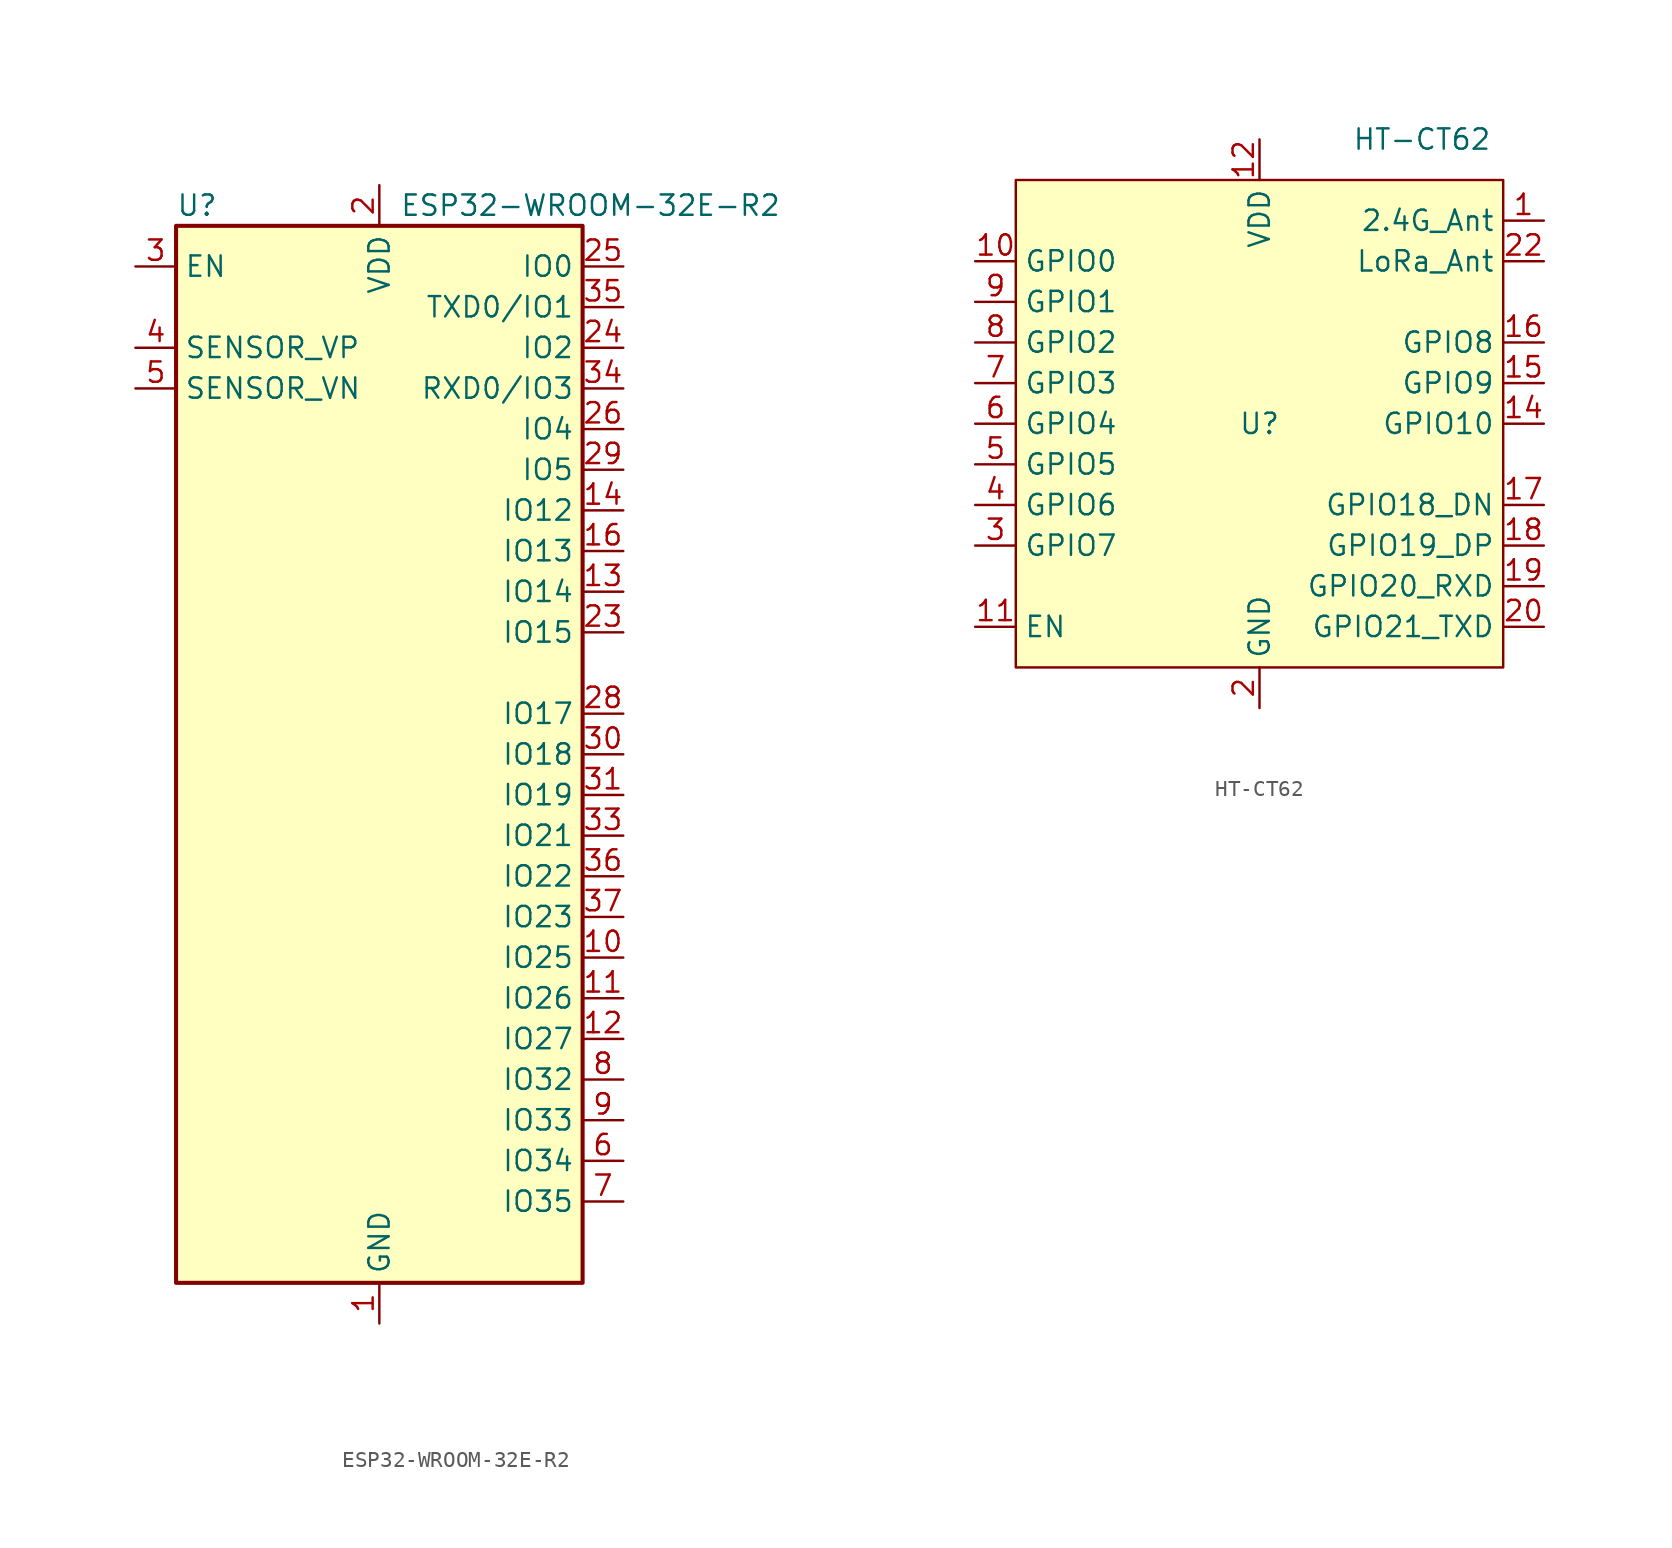
<source format=kicad_sym>
(kicad_symbol_lib
  (version 20231120)
  (generator "kicad_symbol_editor")
  (generator_version "8.0")
  (symbol "ESP32-WROOM-32E-R2"
    (property "Reference" "U"
      (at -12.7 34.29 0)
      (effects (font (size 1.27 1.27)) (justify left)))
    (property "Value" "ESP32-WROOM-32E-R2"
      (at 1.27 34.29 0)
      (effects (font (size 1.27 1.27)) (justify left)))
    (symbol "ESP32-WROOM-32E-R2_0_1"
      (rectangle (start -12.7 33.02) (end 12.7 -33.02) (stroke (width 0.254) (type default)) (fill (type background))))
    (symbol "ESP32-WROOM-32E-R2_1_1"
      (pin power_in line (at 0 -35.56 90) (length 2.54) (name "GND" (effects (font (size 1.27 1.27)))) (number "1" (effects (font (size 1.27 1.27)))))
      (pin bidirectional line (at 15.24 -12.7 180) (length 2.54) (name "IO25" (effects (font (size 1.27 1.27)))) (number "10" (effects (font (size 1.27 1.27)))))
      (pin bidirectional line (at 15.24 -15.24 180) (length 2.54) (name "IO26" (effects (font (size 1.27 1.27)))) (number "11" (effects (font (size 1.27 1.27)))))
      (pin bidirectional line (at 15.24 -17.78 180) (length 2.54) (name "IO27" (effects (font (size 1.27 1.27)))) (number "12" (effects (font (size 1.27 1.27)))))
      (pin bidirectional line (at 15.24 10.16 180) (length 2.54) (name "IO14" (effects (font (size 1.27 1.27)))) (number "13" (effects (font (size 1.27 1.27)))))
      (pin bidirectional line (at 15.24 15.24 180) (length 2.54) (name "IO12" (effects (font (size 1.27 1.27)))) (number "14" (effects (font (size 1.27 1.27)))))
      (pin passive line (at 0 -35.56 90) (length 2.54) hide (name "GND" (effects (font (size 1.27 1.27)))) (number "15" (effects (font (size 1.27 1.27)))))
      (pin bidirectional line (at 15.24 12.7 180) (length 2.54) (name "IO13" (effects (font (size 1.27 1.27)))) (number "16" (effects (font (size 1.27 1.27)))))
      (pin no_connect line (at -12.7 -5.08 0) (length 2.54) hide (name "NC" (effects (font (size 1.27 1.27)))) (number "17" (effects (font (size 1.27 1.27)))))
      (pin no_connect line (at -12.7 -7.62 0) (length 2.54) hide (name "NC" (effects (font (size 1.27 1.27)))) (number "18" (effects (font (size 1.27 1.27)))))
      (pin no_connect line (at -12.7 -12.7 0) (length 2.54) hide (name "NC" (effects (font (size 1.27 1.27)))) (number "19" (effects (font (size 1.27 1.27)))))
      (pin power_in line (at 0 35.56 270) (length 2.54) (name "VDD" (effects (font (size 1.27 1.27)))) (number "2" (effects (font (size 1.27 1.27)))))
      (pin no_connect line (at -12.7 -10.16 0) (length 2.54) hide (name "NC" (effects (font (size 1.27 1.27)))) (number "20" (effects (font (size 1.27 1.27)))))
      (pin no_connect line (at -12.7 0 0) (length 2.54) hide (name "NC" (effects (font (size 1.27 1.27)))) (number "21" (effects (font (size 1.27 1.27)))))
      (pin no_connect line (at -12.7 -2.54 0) (length 2.54) hide (name "NC" (effects (font (size 1.27 1.27)))) (number "22" (effects (font (size 1.27 1.27)))))
      (pin bidirectional line (at 15.24 7.62 180) (length 2.54) (name "IO15" (effects (font (size 1.27 1.27)))) (number "23" (effects (font (size 1.27 1.27)))))
      (pin bidirectional line (at 15.24 25.4 180) (length 2.54) (name "IO2" (effects (font (size 1.27 1.27)))) (number "24" (effects (font (size 1.27 1.27)))))
      (pin bidirectional line (at 15.24 30.48 180) (length 2.54) (name "IO0" (effects (font (size 1.27 1.27)))) (number "25" (effects (font (size 1.27 1.27)))))
      (pin bidirectional line (at 15.24 20.32 180) (length 2.54) (name "IO4" (effects (font (size 1.27 1.27)))) (number "26" (effects (font (size 1.27 1.27)))))
      (pin no_connect line (at 12.7 5.08 180) (length 2.54) hide (name "NC" (effects (font (size 1.27 1.27)))) (number "27" (effects (font (size 1.27 1.27)))))
      (pin bidirectional line (at 15.24 2.54 180) (length 2.54) (name "IO17" (effects (font (size 1.27 1.27)))) (number "28" (effects (font (size 1.27 1.27)))))
      (pin bidirectional line (at 15.24 17.78 180) (length 2.54) (name "IO5" (effects (font (size 1.27 1.27)))) (number "29" (effects (font (size 1.27 1.27)))))
      (pin input line (at -15.24 30.48 0) (length 2.54) (name "EN" (effects (font (size 1.27 1.27)))) (number "3" (effects (font (size 1.27 1.27)))))
      (pin bidirectional line (at 15.24 0 180) (length 2.54) (name "IO18" (effects (font (size 1.27 1.27)))) (number "30" (effects (font (size 1.27 1.27)))))
      (pin bidirectional line (at 15.24 -2.54 180) (length 2.54) (name "IO19" (effects (font (size 1.27 1.27)))) (number "31" (effects (font (size 1.27 1.27)))))
      (pin no_connect line (at -12.7 -27.94 0) (length 2.54) hide (name "NC" (effects (font (size 1.27 1.27)))) (number "32" (effects (font (size 1.27 1.27)))))
      (pin bidirectional line (at 15.24 -5.08 180) (length 2.54) (name "IO21" (effects (font (size 1.27 1.27)))) (number "33" (effects (font (size 1.27 1.27)))))
      (pin bidirectional line (at 15.24 22.86 180) (length 2.54) (name "RXD0/IO3" (effects (font (size 1.27 1.27)))) (number "34" (effects (font (size 1.27 1.27)))))
      (pin bidirectional line (at 15.24 27.94 180) (length 2.54) (name "TXD0/IO1" (effects (font (size 1.27 1.27)))) (number "35" (effects (font (size 1.27 1.27)))))
      (pin bidirectional line (at 15.24 -7.62 180) (length 2.54) (name "IO22" (effects (font (size 1.27 1.27)))) (number "36" (effects (font (size 1.27 1.27)))))
      (pin bidirectional line (at 15.24 -10.16 180) (length 2.54) (name "IO23" (effects (font (size 1.27 1.27)))) (number "37" (effects (font (size 1.27 1.27)))))
      (pin passive line (at 0 -35.56 90) (length 2.54) hide (name "GND" (effects (font (size 1.27 1.27)))) (number "38" (effects (font (size 1.27 1.27)))))
      (pin passive line (at 0 -35.56 90) (length 2.54) hide (name "GND" (effects (font (size 1.27 1.27)))) (number "39" (effects (font (size 1.27 1.27)))))
      (pin input line (at -15.24 25.4 0) (length 2.54) (name "SENSOR_VP" (effects (font (size 1.27 1.27)))) (number "4" (effects (font (size 1.27 1.27)))))
      (pin input line (at -15.24 22.86 0) (length 2.54) (name "SENSOR_VN" (effects (font (size 1.27 1.27)))) (number "5" (effects (font (size 1.27 1.27)))))
      (pin input line (at 15.24 -25.4 180) (length 2.54) (name "IO34" (effects (font (size 1.27 1.27)))) (number "6" (effects (font (size 1.27 1.27)))))
      (pin input line (at 15.24 -27.94 180) (length 2.54) (name "IO35" (effects (font (size 1.27 1.27)))) (number "7" (effects (font (size 1.27 1.27)))))
      (pin bidirectional line (at 15.24 -20.32 180) (length 2.54) (name "IO32" (effects (font (size 1.27 1.27)))) (number "8" (effects (font (size 1.27 1.27)))))
      (pin bidirectional line (at 15.24 -22.86 180) (length 2.54) (name "IO33" (effects (font (size 1.27 1.27)))) (number "9" (effects (font (size 1.27 1.27)))))))
  (symbol "HT-CT62"
    (property "Reference" "U"
      (at 0 0 0)
      (effects (font (size 1.27 1.27))))
    (property "Value" "HT-CT62"
      (at 10.16 17.78 0)
      (effects (font (size 1.27 1.27))))
    (symbol "HT-CT62_1_1"
      (rectangle (start -15.24 15.24) (end 15.24 -15.24) (stroke (width 0) (type default)) (fill (type background)))
      (pin bidirectional line (at 17.78 12.7 180) (length 2.54) (name "2.4G_Ant" (effects (font (size 1.27 1.27)))) (number "1" (effects (font (size 1.27 1.27)))))
      (pin bidirectional line (at -17.78 10.16 0) (length 2.54) (name "GPIO0" (effects (font (size 1.27 1.27)))) (number "10" (effects (font (size 1.27 1.27)))))
      (pin input line (at -17.78 -12.7 0) (length 2.54) (name "EN" (effects (font (size 1.27 1.27)))) (number "11" (effects (font (size 1.27 1.27)))))
      (pin power_in line (at 0 17.78 270) (length 2.54) (name "VDD" (effects (font (size 1.27 1.27)))) (number "12" (effects (font (size 1.27 1.27)))))
      (pin passive line (at 0 -17.78 90) (length 2.54) hide (name "GND" (effects (font (size 1.27 1.27)))) (number "13" (effects (font (size 1.27 1.27)))))
      (pin bidirectional line (at 17.78 0 180) (length 2.54) (name "GPIO10" (effects (font (size 1.27 1.27)))) (number "14" (effects (font (size 1.27 1.27)))))
      (pin bidirectional line (at 17.78 2.54 180) (length 2.54) (name "GPIO9" (effects (font (size 1.27 1.27)))) (number "15" (effects (font (size 1.27 1.27)))))
      (pin bidirectional line (at 17.78 5.08 180) (length 2.54) (name "GPIO8" (effects (font (size 1.27 1.27)))) (number "16" (effects (font (size 1.27 1.27)))))
      (pin bidirectional line (at 17.78 -5.08 180) (length 2.54) (name "GPIO18_DN" (effects (font (size 1.27 1.27)))) (number "17" (effects (font (size 1.27 1.27)))))
      (pin bidirectional line (at 17.78 -7.62 180) (length 2.54) (name "GPIO19_DP" (effects (font (size 1.27 1.27)))) (number "18" (effects (font (size 1.27 1.27)))))
      (pin bidirectional line (at 17.78 -10.16 180) (length 2.54) (name "GPIO20_RXD" (effects (font (size 1.27 1.27)))) (number "19" (effects (font (size 1.27 1.27)))))
      (pin power_in line (at 0 -17.78 90) (length 2.54) (name "GND" (effects (font (size 1.27 1.27)))) (number "2" (effects (font (size 1.27 1.27)))))
      (pin bidirectional line (at 17.78 -12.7 180) (length 2.54) (name "GPIO21_TXD" (effects (font (size 1.27 1.27)))) (number "20" (effects (font (size 1.27 1.27)))))
      (pin passive line (at 0 -17.78 90) (length 2.54) hide (name "GND" (effects (font (size 1.27 1.27)))) (number "21" (effects (font (size 1.27 1.27)))))
      (pin bidirectional line (at 17.78 10.16 180) (length 2.54) (name "LoRa_Ant" (effects (font (size 1.27 1.27)))) (number "22" (effects (font (size 1.27 1.27)))))
      (pin bidirectional line (at -17.78 -7.62 0) (length 2.54) (name "GPIO7" (effects (font (size 1.27 1.27)))) (number "3" (effects (font (size 1.27 1.27)))))
      (pin bidirectional line (at -17.78 -5.08 0) (length 2.54) (name "GPIO6" (effects (font (size 1.27 1.27)))) (number "4" (effects (font (size 1.27 1.27)))))
      (pin bidirectional line (at -17.78 -2.54 0) (length 2.54) (name "GPIO5" (effects (font (size 1.27 1.27)))) (number "5" (effects (font (size 1.27 1.27)))))
      (pin bidirectional line (at -17.78 0 0) (length 2.54) (name "GPIO4" (effects (font (size 1.27 1.27)))) (number "6" (effects (font (size 1.27 1.27)))))
      (pin bidirectional line (at -17.78 2.54 0) (length 2.54) (name "GPIO3" (effects (font (size 1.27 1.27)))) (number "7" (effects (font (size 1.27 1.27)))))
      (pin bidirectional line (at -17.78 5.08 0) (length 2.54) (name "GPIO2" (effects (font (size 1.27 1.27)))) (number "8" (effects (font (size 1.27 1.27)))))
      (pin bidirectional line (at -17.78 7.62 0) (length 2.54) (name "GPIO1" (effects (font (size 1.27 1.27)))) (number "9" (effects (font (size 1.27 1.27))))))))
</source>
